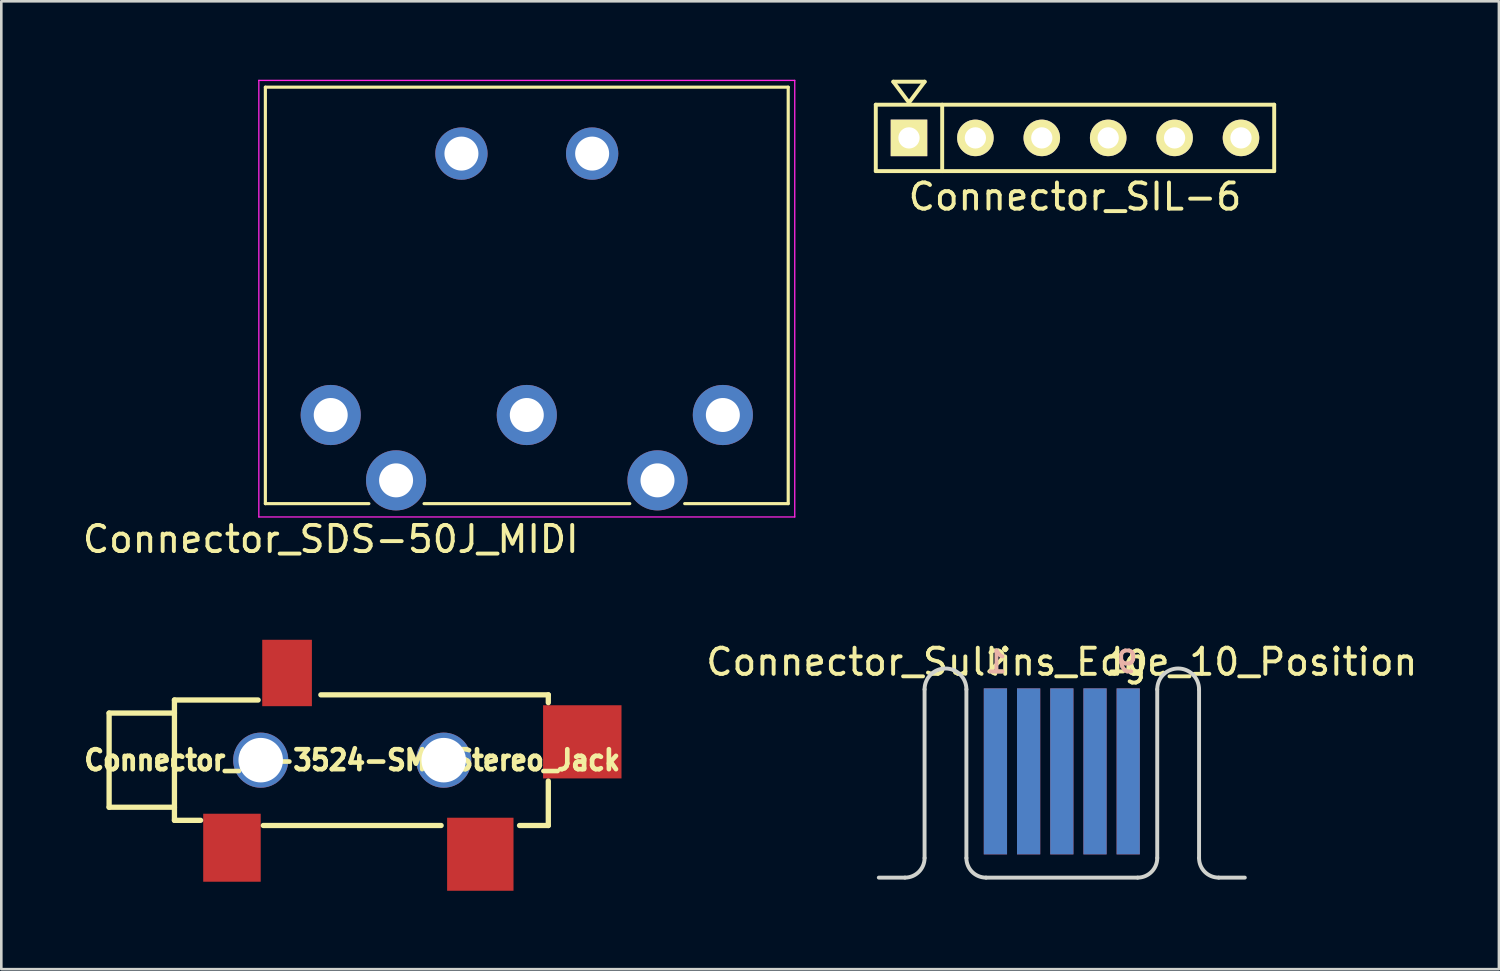
<source format=kicad_pcb>
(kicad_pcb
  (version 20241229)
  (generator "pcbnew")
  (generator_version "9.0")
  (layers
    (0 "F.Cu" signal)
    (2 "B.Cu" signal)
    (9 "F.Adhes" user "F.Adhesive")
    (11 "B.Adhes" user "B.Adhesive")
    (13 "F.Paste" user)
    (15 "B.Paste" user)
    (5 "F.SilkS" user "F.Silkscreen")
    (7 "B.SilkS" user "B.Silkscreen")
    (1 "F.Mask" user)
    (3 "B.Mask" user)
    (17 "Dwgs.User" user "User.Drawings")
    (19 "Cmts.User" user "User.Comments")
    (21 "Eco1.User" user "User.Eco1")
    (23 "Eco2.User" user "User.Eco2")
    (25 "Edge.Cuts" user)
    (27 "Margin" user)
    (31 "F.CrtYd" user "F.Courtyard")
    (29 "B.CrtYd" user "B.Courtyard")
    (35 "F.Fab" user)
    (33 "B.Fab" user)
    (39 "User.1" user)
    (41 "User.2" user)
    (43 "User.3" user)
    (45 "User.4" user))
  (footprint "Connector_SJ-3524-SMT_Stereo_Jack"
    (layer "F.Cu")
    (at 10.423 26.028)
    (property "Reference" "Connector_SJ-3524-SMT_Stereo_Jack" (at 0 0 0) (layer "F.SilkS") (effects (font (size 0.762 0.711) (thickness 0.178))))
    (attr smd)
    (fp_line (start -9.299 -1.801) (end -9.299 1.801) (stroke (width 0.203) (type solid)) (layer "F.SilkS"))
    (fp_line (start -9.299 1.801) (end -6.8 1.801) (stroke (width 0.203) (type solid)) (layer "F.SilkS"))
    (fp_line (start -6.8 -2.301) (end -6.8 2.301) (stroke (width 0.203) (type solid)) (layer "F.SilkS"))
    (fp_line (start -6.8 -2.301) (end -3.599 -2.301) (stroke (width 0.203) (type solid)) (layer "F.SilkS"))
    (fp_line (start -6.8 -1.801) (end -9.299 -1.801) (stroke (width 0.203) (type solid)) (layer "F.SilkS"))
    (fp_line (start -6.8 2.301) (end -5.799 2.301) (stroke (width 0.203) (type solid)) (layer "F.SilkS"))
    (fp_line (start 3.401 2.499) (end -3.401 2.499) (stroke (width 0.203) (type solid)) (layer "F.SilkS"))
    (fp_line (start 7.501 -2.499) (end -1.199 -2.499) (stroke (width 0.203) (type solid)) (layer "F.SilkS"))
    (fp_line (start 7.501 -2.499) (end 7.501 -2.2) (stroke (width 0.203) (type solid)) (layer "F.SilkS"))
    (fp_line (start 7.501 0.8) (end 7.501 2.499) (stroke (width 0.203) (type solid)) (layer "F.SilkS"))
    (fp_line (start 7.501 2.499) (end 6.401 2.499) (stroke (width 0.203) (type solid)) (layer "F.SilkS"))
    (pad "5" thru_hole circle (at -3.5 0) (size 2.108 2.108) (drill 1.702) (layers "*.Cu" "*.Mask"))
    (pad "5" thru_hole circle (at 3.5 0) (size 2.108 2.108) (drill 1.702) (layers "*.Cu" "*.Mask"))
    (pad "R" smd rect (at -2.492 -3.335) (size 1.9 2.54) (layers "F.Cu" "F.Mask" "F.Paste"))
    (pad "S" smd rect (at -4.6 3.35) (size 2.2 2.601) (layers "F.Cu" "F.Mask" "F.Paste"))
    (pad "T" smd rect (at 4.9 3.599) (size 2.54 2.794) (layers "F.Cu" "F.Mask" "F.Paste"))
    (pad "TS" smd rect (at 8.801 -0.701 90) (size 2.799 3) (layers "F.Cu" "F.Mask" "F.Paste")))
  (footprint "Connector_SDS-50J_MIDI"
    (layer "F.Cu")
    (at 9.601 12.825)
    (property "Reference" "Connector_SDS-50J_MIDI" (at 0 4.75 0) (layer "F.SilkS") (effects (font (size 1 1) (thickness 0.15))))
    (attr through_hole)
    (fp_line (start -2.5 3.39) (end -2.5 -12.54) (stroke (width 0.12) (type solid)) (layer "F.SilkS"))
    (fp_line (start 1.46 3.39) (end -2.5 3.39) (stroke (width 0.12) (type solid)) (layer "F.SilkS"))
    (fp_line (start 11.44 3.39) (end 3.57 3.39) (stroke (width 0.12) (type solid)) (layer "F.SilkS"))
    (fp_line (start 17.5 -12.54) (end -2.5 -12.54) (stroke (width 0.12) (type solid)) (layer "F.SilkS"))
    (fp_line (start 17.5 3.39) (end 13.54 3.39) (stroke (width 0.12) (type solid)) (layer "F.SilkS"))
    (fp_line (start 17.5 3.39) (end 17.5 -12.54) (stroke (width 0.12) (type solid)) (layer "F.SilkS"))
    (fp_line (start -2.75 -12.8) (end -2.75 3.9) (stroke (width 0.05) (type solid)) (layer "F.CrtYd"))
    (fp_line (start 17.75 -12.8) (end -2.75 -12.8) (stroke (width 0.05) (type solid)) (layer "F.CrtYd"))
    (fp_line (start 17.75 3.9) (end -2.75 3.9) (stroke (width 0.05) (type solid)) (layer "F.CrtYd"))
    (fp_line (start 17.75 3.9) (end 17.75 -12.8) (stroke (width 0.05) (type solid)) (layer "F.CrtYd"))
    (pad "" thru_hole circle (at 5 -10) (size 2 2) (drill 1.3) (layers "*.Cu" "*.Mask"))
    (pad "" thru_hole circle (at 10 -10) (size 2 2) (drill 1.3) (layers "*.Cu" "*.Mask"))
    (pad "1" thru_hole circle (at 0 0) (size 2.3 2.3) (drill 1.3) (layers "*.Cu" "*.Mask"))
    (pad "2" thru_hole circle (at 7.5 0) (size 2.3 2.3) (drill 1.3) (layers "*.Cu" "*.Mask"))
    (pad "3" thru_hole circle (at 15 0) (size 2.3 2.3) (drill 1.3) (layers "*.Cu" "*.Mask"))
    (pad "4" thru_hole circle (at 2.5 2.5) (size 2.3 2.3) (drill 1.3) (layers "*.Cu" "*.Mask"))
    (pad "5" thru_hole circle (at 12.5 2.5) (size 2.3 2.3) (drill 1.3) (layers "*.Cu" "*.Mask")))
  (footprint "Connector_Sullins_Edge_10_Position"
    (layer "F.Cu")
    (at 37.567 30.521)
    (property "Reference" "Connector_Sullins_Edge_10_Position" (at 0 -8.25 0) (layer "F.SilkS") (effects (font (size 1 1) (thickness 0.15))))
    (attr through_hole)
    (fp_line (start -7 0) (end -6 0) (stroke (width 0.15) (type solid)) (layer "Edge.Cuts"))
    (fp_line (start -5.25 -0.75) (end -5.25 -7.2) (stroke (width 0.15) (type solid)) (layer "Edge.Cuts"))
    (fp_line (start -3.65 -7.2) (end -3.65 -0.75) (stroke (width 0.15) (type solid)) (layer "Edge.Cuts"))
    (fp_line (start 2.9 0) (end -2.9 0) (stroke (width 0.15) (type solid)) (layer "Edge.Cuts"))
    (fp_line (start 3.65 -0.75) (end 3.65 -7.2) (stroke (width 0.15) (type solid)) (layer "Edge.Cuts"))
    (fp_line (start 5.25 -7.2) (end 5.25 -0.75) (stroke (width 0.15) (type solid)) (layer "Edge.Cuts"))
    (fp_line (start 6 0) (end 7 0) (stroke (width 0.15) (type solid)) (layer "Edge.Cuts"))
    (fp_arc (start -5.25 -7.2) (mid -4.45 -8) (end -3.65 -7.2) (stroke (width 0.15) (type solid)) (layer "Edge.Cuts"))
    (fp_arc (start -5.25 -0.75) (mid -5.46967 -0.21967) (end -6 0) (stroke (width 0.15) (type solid)) (layer "Edge.Cuts"))
    (fp_arc (start -2.9 0) (mid -3.43033 -0.21967) (end -3.65 -0.75) (stroke (width 0.15) (type solid)) (layer "Edge.Cuts"))
    (fp_arc (start 3.65 -7.2) (mid 4.45 -8) (end 5.25 -7.2) (stroke (width 0.15) (type solid)) (layer "Edge.Cuts"))
    (fp_arc (start 3.65 -0.75) (mid 3.43033 -0.21967) (end 2.9 0) (stroke (width 0.15) (type solid)) (layer "Edge.Cuts"))
    (fp_arc (start 6 0) (mid 5.46967 -0.21967) (end 5.25 -0.75) (stroke (width 0.15) (type solid)) (layer "Edge.Cuts"))
    (fp_text user "2" (at -2.5 -8.25 0) (layer "F.SilkS") (effects (font (size 0.8 0.8) (thickness 0.15))))
    (fp_text user "10" (at 2.5 -8.25 0) (layer "F.SilkS") (effects (font (size 0.8 0.8) (thickness 0.15))))
    (fp_text user "1" (at -2.5 -8.25 0) (layer "B.SilkS") (effects (font (size 0.8 0.8) (thickness 0.15)) (justify mirror)))
    (fp_text user "9" (at 2.5 -8.25 0) (layer "B.SilkS") (effects (font (size 0.8 0.8) (thickness 0.15)) (justify mirror)))
    (pad "1" smd rect (at -2.54 -4.064) (size 0.889 6.35) (layers "B.Cu" "B.Mask" "B.Paste"))
    (pad "2" smd rect (at -2.54 -4.064) (size 0.889 6.35) (layers "F.Cu" "F.Mask" "F.Paste"))
    (pad "3" smd rect (at -1.27 -4.064) (size 0.889 6.35) (layers "B.Cu" "B.Mask" "B.Paste"))
    (pad "4" smd rect (at -1.27 -4.064) (size 0.889 6.35) (layers "F.Cu" "F.Mask" "F.Paste"))
    (pad "5" smd rect (at 0 -4.064) (size 0.889 6.35) (layers "B.Cu" "B.Mask" "B.Paste"))
    (pad "6" smd rect (at 0 -4.064) (size 0.889 6.35) (layers "F.Cu" "F.Mask" "F.Paste"))
    (pad "7" smd rect (at 1.27 -4.064) (size 0.889 6.35) (layers "B.Cu" "B.Mask" "B.Paste"))
    (pad "8" smd rect (at 1.27 -4.064) (size 0.889 6.35) (layers "F.Cu" "F.Mask" "F.Paste"))
    (pad "9" smd rect (at 2.54 -4.064) (size 0.889 6.35) (layers "B.Cu" "B.Mask" "B.Paste"))
    (pad "10" smd rect (at 2.54 -4.064) (size 0.889 6.35) (layers "F.Cu" "F.Mask" "F.Paste")))
  (footprint "Connector_SIL-6"
    (layer "F.Cu")
    (at 38.071 2.225)
    (property "Reference" "Connector_SIL-6" (at 0 2.25 0) (layer "F.SilkS") (effects (font (size 1 1) (thickness 0.15))))
    (attr through_hole)
    (fp_line (start -7.62 -1.27) (end 7.62 -1.27) (stroke (width 0.15) (type solid)) (layer "F.SilkS"))
    (fp_line (start -7.62 1.27) (end -7.62 -1.27) (stroke (width 0.15) (type solid)) (layer "F.SilkS"))
    (fp_line (start -6.95 -2.15) (end -5.75 -2.15) (stroke (width 0.15) (type solid)) (layer "F.SilkS"))
    (fp_line (start -6.35 -1.35) (end -6.95 -2.15) (stroke (width 0.15) (type solid)) (layer "F.SilkS"))
    (fp_line (start -5.75 -2.15) (end -6.35 -1.35) (stroke (width 0.15) (type solid)) (layer "F.SilkS"))
    (fp_line (start -5.08 1.27) (end -5.08 -1.27) (stroke (width 0.15) (type solid)) (layer "F.SilkS"))
    (fp_line (start 7.62 -1.27) (end 7.62 1.27) (stroke (width 0.15) (type solid)) (layer "F.SilkS"))
    (fp_line (start 7.62 1.27) (end -7.62 1.27) (stroke (width 0.15) (type solid)) (layer "F.SilkS"))
    (pad "1" thru_hole rect (at -6.35 0) (size 1.397 1.397) (drill 0.813) (layers "*.Cu" "*.Mask" "F.SilkS"))
    (pad "2" thru_hole circle (at -3.81 0) (size 1.397 1.397) (drill 0.813) (layers "*.Cu" "*.Mask" "F.SilkS"))
    (pad "3" thru_hole circle (at -1.27 0) (size 1.397 1.397) (drill 0.813) (layers "*.Cu" "*.Mask" "F.SilkS"))
    (pad "4" thru_hole circle (at 1.27 0) (size 1.397 1.397) (drill 0.813) (layers "*.Cu" "*.Mask" "F.SilkS"))
    (pad "5" thru_hole circle (at 3.81 0) (size 1.397 1.397) (drill 0.813) (layers "*.Cu" "*.Mask" "F.SilkS"))
    (pad "6" thru_hole circle (at 6.35 0) (size 1.397 1.397) (drill 0.813) (layers "*.Cu" "*.Mask" "F.SilkS")))
  (gr_rect
    (start -3 -3)
    (end 54.287 34.024)
    (stroke (width 0.1) (type default))
    (fill no)
    (layer "Edge.Cuts")))
</source>
